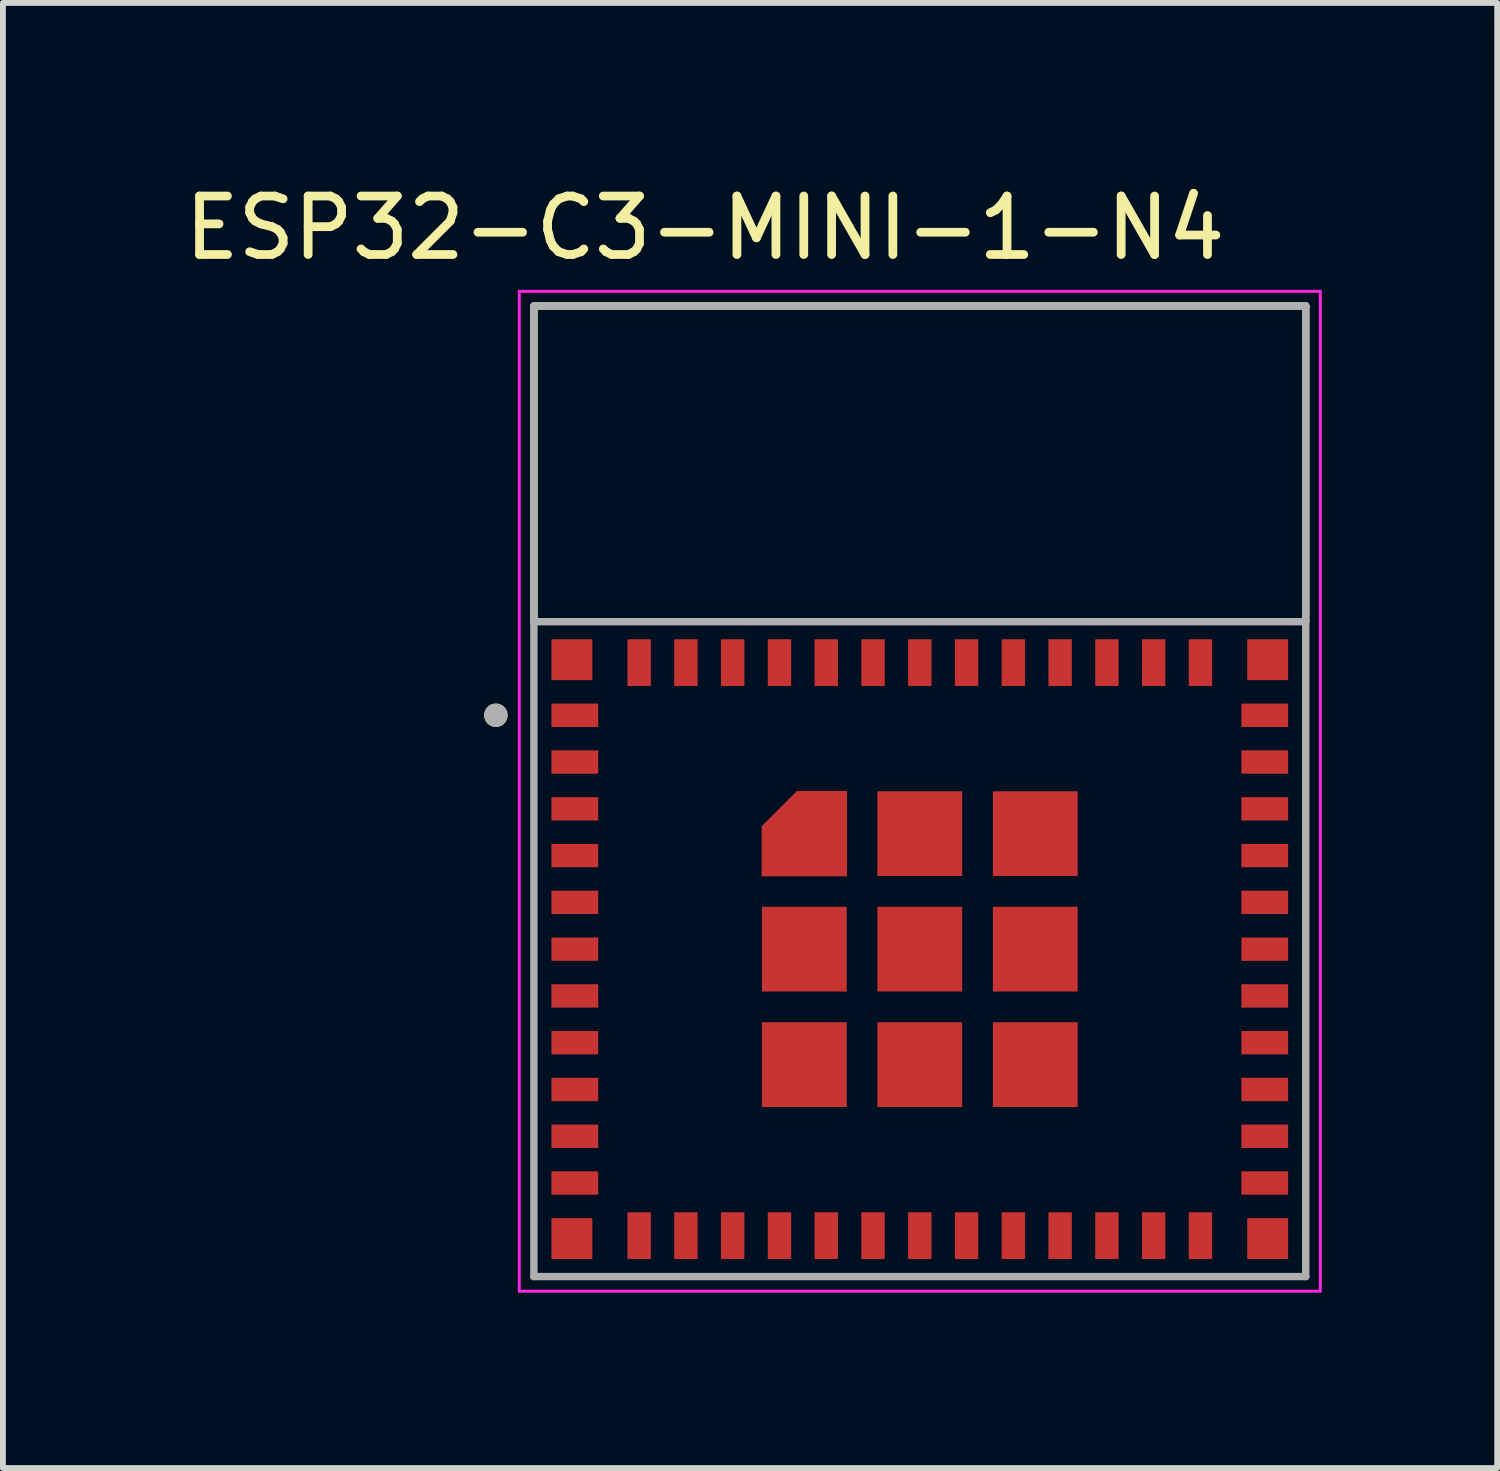
<source format=kicad_pcb>
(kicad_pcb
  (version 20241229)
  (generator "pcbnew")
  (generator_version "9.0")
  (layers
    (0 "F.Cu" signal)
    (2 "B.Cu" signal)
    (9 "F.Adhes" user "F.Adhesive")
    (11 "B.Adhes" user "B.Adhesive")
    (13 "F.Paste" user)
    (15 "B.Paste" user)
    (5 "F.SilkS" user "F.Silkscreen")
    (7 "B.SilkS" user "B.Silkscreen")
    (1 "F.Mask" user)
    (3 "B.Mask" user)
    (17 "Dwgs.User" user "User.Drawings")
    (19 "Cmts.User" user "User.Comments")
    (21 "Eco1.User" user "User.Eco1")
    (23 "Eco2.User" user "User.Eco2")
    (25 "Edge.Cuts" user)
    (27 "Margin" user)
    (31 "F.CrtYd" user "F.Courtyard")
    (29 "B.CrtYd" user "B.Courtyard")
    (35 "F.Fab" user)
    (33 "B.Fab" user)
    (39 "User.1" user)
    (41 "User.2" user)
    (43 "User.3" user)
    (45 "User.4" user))
  (footprint "ESP32-C3-MINI-1-N4"
    (layer "F.Cu")
    (at 12.681 10.483)
    (property "Reference" "ESP32-C3-MINI-1-N4" (at -3.675 -9.635 0) (layer "F.SilkS") (effects (font (size 1 1) (thickness 0.15))))
    (attr smd)
    (fp_poly (pts (xy -1.15 1.55) (xy -2.8 1.55) (xy -2.8 0.56) (xy -2.14 -0.1) (xy -1.15 -0.1)) (stroke (width 0.01) (type solid)) (fill yes) (layer "F.Mask"))
    (fp_line (start -6.6 -8.3) (end 6.6 -8.3) (stroke (width 0.127) (type solid)) (layer "F.SilkS"))
    (fp_line (start -6.6 -2.92) (end -6.6 -8.3) (stroke (width 0.127) (type solid)) (layer "F.SilkS"))
    (fp_line (start 6.6 -8.3) (end 6.6 -2.92) (stroke (width 0.127) (type solid)) (layer "F.SilkS"))
    (fp_circle (center -7.25 -1.3) (end -7.15 -1.3) (stroke (width 0.2) (type solid)) (fill no) (layer "F.SilkS"))
    (fp_poly (pts (xy -1.25 1.45) (xy -2.7 1.45) (xy -2.7 0.6) (xy -2.1 0) (xy -1.25 0)) (stroke (width 0.01) (type solid)) (fill yes) (layer "F.Paste"))
    (fp_line (start -6.85 -8.55) (end -6.85 8.55) (stroke (width 0.05) (type solid)) (layer "F.CrtYd"))
    (fp_line (start -6.85 8.55) (end 6.85 8.55) (stroke (width 0.05) (type solid)) (layer "F.CrtYd"))
    (fp_line (start 6.85 -8.55) (end -6.85 -8.55) (stroke (width 0.05) (type solid)) (layer "F.CrtYd"))
    (fp_line (start 6.85 8.55) (end 6.85 -8.55) (stroke (width 0.05) (type solid)) (layer "F.CrtYd"))
    (fp_line (start -6.6 -8.3) (end 6.6 -8.3) (stroke (width 0.127) (type solid)) (layer "F.Fab"))
    (fp_line (start -6.6 -2.9) (end -6.6 -8.3) (stroke (width 0.127) (type solid)) (layer "F.Fab"))
    (fp_line (start -6.6 -2.9) (end 6.6 -2.9) (stroke (width 0.127) (type solid)) (layer "F.Fab"))
    (fp_line (start -6.6 8.3) (end -6.6 -2.9) (stroke (width 0.127) (type solid)) (layer "F.Fab"))
    (fp_line (start 6.6 -8.3) (end 6.6 -2.9) (stroke (width 0.127) (type solid)) (layer "F.Fab"))
    (fp_line (start 6.6 -2.9) (end 6.6 8.3) (stroke (width 0.127) (type solid)) (layer "F.Fab"))
    (fp_line (start 6.6 8.3) (end -6.6 8.3) (stroke (width 0.127) (type solid)) (layer "F.Fab"))
    (fp_circle (center -7.25 -1.3) (end -7.15 -1.3) (stroke (width 0.2) (type solid)) (fill no) (layer "F.Fab"))
    (pad "1" smd rect (at -5.9 -1.3) (size 0.8 0.4) (layers "F.Cu" "F.Mask" "F.Paste"))
    (pad "2" smd rect (at -5.9 -0.5) (size 0.8 0.4) (layers "F.Cu" "F.Mask" "F.Paste"))
    (pad "3" smd rect (at -5.9 0.3) (size 0.8 0.4) (layers "F.Cu" "F.Mask" "F.Paste"))
    (pad "4" smd rect (at -5.9 1.1) (size 0.8 0.4) (layers "F.Cu" "F.Mask" "F.Paste"))
    (pad "5" smd rect (at -5.9 1.9) (size 0.8 0.4) (layers "F.Cu" "F.Mask" "F.Paste"))
    (pad "6" smd rect (at -5.9 2.7) (size 0.8 0.4) (layers "F.Cu" "F.Mask" "F.Paste"))
    (pad "7" smd rect (at -5.9 3.5) (size 0.8 0.4) (layers "F.Cu" "F.Mask" "F.Paste"))
    (pad "8" smd rect (at -5.9 4.3) (size 0.8 0.4) (layers "F.Cu" "F.Mask" "F.Paste"))
    (pad "9" smd rect (at -5.9 5.1) (size 0.8 0.4) (layers "F.Cu" "F.Mask" "F.Paste"))
    (pad "10" smd rect (at -5.9 5.9) (size 0.8 0.4) (layers "F.Cu" "F.Mask" "F.Paste"))
    (pad "11" smd rect (at -5.9 6.7) (size 0.8 0.4) (layers "F.Cu" "F.Mask" "F.Paste"))
    (pad "12" smd rect (at -4.8 7.6) (size 0.4 0.8) (layers "F.Cu" "F.Mask" "F.Paste"))
    (pad "13" smd rect (at -4 7.6) (size 0.4 0.8) (layers "F.Cu" "F.Mask" "F.Paste"))
    (pad "14" smd rect (at -3.2 7.6) (size 0.4 0.8) (layers "F.Cu" "F.Mask" "F.Paste"))
    (pad "15" smd rect (at -2.4 7.6) (size 0.4 0.8) (layers "F.Cu" "F.Mask" "F.Paste"))
    (pad "16" smd rect (at -1.6 7.6) (size 0.4 0.8) (layers "F.Cu" "F.Mask" "F.Paste"))
    (pad "17" smd rect (at -0.8 7.6) (size 0.4 0.8) (layers "F.Cu" "F.Mask" "F.Paste"))
    (pad "18" smd rect (at 0 7.6) (size 0.4 0.8) (layers "F.Cu" "F.Mask" "F.Paste"))
    (pad "19" smd rect (at 0.8 7.6) (size 0.4 0.8) (layers "F.Cu" "F.Mask" "F.Paste"))
    (pad "20" smd rect (at 1.6 7.6) (size 0.4 0.8) (layers "F.Cu" "F.Mask" "F.Paste"))
    (pad "21" smd rect (at 2.4 7.6) (size 0.4 0.8) (layers "F.Cu" "F.Mask" "F.Paste"))
    (pad "22" smd rect (at 3.2 7.6) (size 0.4 0.8) (layers "F.Cu" "F.Mask" "F.Paste"))
    (pad "23" smd rect (at 4 7.6) (size 0.4 0.8) (layers "F.Cu" "F.Mask" "F.Paste"))
    (pad "24" smd rect (at 4.8 7.6) (size 0.4 0.8) (layers "F.Cu" "F.Mask" "F.Paste"))
    (pad "25" smd rect (at 5.9 6.7) (size 0.8 0.4) (layers "F.Cu" "F.Mask" "F.Paste"))
    (pad "26" smd rect (at 5.9 5.9) (size 0.8 0.4) (layers "F.Cu" "F.Mask" "F.Paste"))
    (pad "27" smd rect (at 5.9 5.1) (size 0.8 0.4) (layers "F.Cu" "F.Mask" "F.Paste"))
    (pad "28" smd rect (at 5.9 4.3) (size 0.8 0.4) (layers "F.Cu" "F.Mask" "F.Paste"))
    (pad "29" smd rect (at 5.9 3.5) (size 0.8 0.4) (layers "F.Cu" "F.Mask" "F.Paste"))
    (pad "30" smd rect (at 5.9 2.7) (size 0.8 0.4) (layers "F.Cu" "F.Mask" "F.Paste"))
    (pad "31" smd rect (at 5.9 1.9) (size 0.8 0.4) (layers "F.Cu" "F.Mask" "F.Paste"))
    (pad "32" smd rect (at 5.9 1.1) (size 0.8 0.4) (layers "F.Cu" "F.Mask" "F.Paste"))
    (pad "33" smd rect (at 5.9 0.3) (size 0.8 0.4) (layers "F.Cu" "F.Mask" "F.Paste"))
    (pad "34" smd rect (at 5.9 -0.5) (size 0.8 0.4) (layers "F.Cu" "F.Mask" "F.Paste"))
    (pad "35" smd rect (at 5.9 -1.3) (size 0.8 0.4) (layers "F.Cu" "F.Mask" "F.Paste"))
    (pad "36" smd rect (at 4.8 -2.2) (size 0.4 0.8) (layers "F.Cu" "F.Mask" "F.Paste"))
    (pad "37" smd rect (at 4 -2.2) (size 0.4 0.8) (layers "F.Cu" "F.Mask" "F.Paste"))
    (pad "38" smd rect (at 3.2 -2.2) (size 0.4 0.8) (layers "F.Cu" "F.Mask" "F.Paste"))
    (pad "39" smd rect (at 2.4 -2.2) (size 0.4 0.8) (layers "F.Cu" "F.Mask" "F.Paste"))
    (pad "40" smd rect (at 1.6 -2.2) (size 0.4 0.8) (layers "F.Cu" "F.Mask" "F.Paste"))
    (pad "41" smd rect (at 0.8 -2.2) (size 0.4 0.8) (layers "F.Cu" "F.Mask" "F.Paste"))
    (pad "42" smd rect (at 0 -2.2) (size 0.4 0.8) (layers "F.Cu" "F.Mask" "F.Paste"))
    (pad "43" smd rect (at -0.8 -2.2) (size 0.4 0.8) (layers "F.Cu" "F.Mask" "F.Paste"))
    (pad "44" smd rect (at -1.6 -2.2) (size 0.4 0.8) (layers "F.Cu" "F.Mask" "F.Paste"))
    (pad "45" smd rect (at -2.4 -2.2) (size 0.4 0.8) (layers "F.Cu" "F.Mask" "F.Paste"))
    (pad "46" smd rect (at -3.2 -2.2) (size 0.4 0.8) (layers "F.Cu" "F.Mask" "F.Paste"))
    (pad "47" smd rect (at -4 -2.2) (size 0.4 0.8) (layers "F.Cu" "F.Mask" "F.Paste"))
    (pad "48" smd rect (at -4.8 -2.2) (size 0.4 0.8) (layers "F.Cu" "F.Mask" "F.Paste"))
    (pad "49_1" smd custom (at -1.975 0.725) (size 0.6 0.6) (layers "F.Cu") (options (anchor rect)) (primitives (gr_poly (pts (xy 0.725 0.725) (xy -0.725 0.725) (xy -0.725 -0.125) (xy -0.125 -0.725) (xy 0.725 -0.725)) (width 0.01) (fill yes))))
    (pad "49_2" smd rect (at 0 0.725) (size 1.45 1.45) (layers "F.Cu" "F.Mask" "F.Paste"))
    (pad "49_3" smd rect (at 1.975 0.725) (size 1.45 1.45) (layers "F.Cu" "F.Mask" "F.Paste"))
    (pad "49_4" smd rect (at 1.975 2.7) (size 1.45 1.45) (layers "F.Cu" "F.Mask" "F.Paste"))
    (pad "49_5" smd rect (at 1.975 4.675) (size 1.45 1.45) (layers "F.Cu" "F.Mask" "F.Paste"))
    (pad "49_6" smd rect (at 0 4.675) (size 1.45 1.45) (layers "F.Cu" "F.Mask" "F.Paste"))
    (pad "49_7" smd rect (at -1.975 4.675) (size 1.45 1.45) (layers "F.Cu" "F.Mask" "F.Paste"))
    (pad "49_8" smd rect (at -1.975 2.7) (size 1.45 1.45) (layers "F.Cu" "F.Mask" "F.Paste"))
    (pad "49_9" smd rect (at 0 2.7) (size 1.45 1.45) (layers "F.Cu" "F.Mask" "F.Paste"))
    (pad "50" smd rect (at 5.95 -2.25) (size 0.7 0.7) (layers "F.Cu" "F.Mask" "F.Paste"))
    (pad "51" smd rect (at 5.95 7.65) (size 0.7 0.7) (layers "F.Cu" "F.Mask" "F.Paste"))
    (pad "52" smd rect (at -5.95 7.65) (size 0.7 0.7) (layers "F.Cu" "F.Mask" "F.Paste"))
    (pad "53" smd rect (at -5.95 -2.25) (size 0.7 0.7) (layers "F.Cu" "F.Mask" "F.Paste"))
    (zone (net_name "") (layer "F.Cu") (hatch full 0.508) (connect_pads) (min_thickness 0.01) (filled_areas_thickness no) (keepout (tracks not_allowed) (vias not_allowed) (pads not_allowed) (copperpour not_allowed) (footprints allowed)) (placement (enabled no)) (fill) (polygon (pts (xy 6.081 2.183) (xy 19.281 2.183) (xy 19.281 7.583) (xy 6.081 7.583))))
    (zone (net_name "") (layers "F.Cu" "B.Cu") (hatch full 0.508) (connect_pads) (min_thickness 0.01) (filled_areas_thickness no) (keepout (tracks allowed) (vias not_allowed) (pads allowed) (copperpour allowed) (footprints allowed)) (placement (enabled no)) (fill) (polygon (pts (xy 6.081 2.183) (xy 19.281 2.183) (xy 19.281 7.583) (xy 6.081 7.583))))
    (zone (net_name "") (layer "B.Cu") (hatch full 0.508) (connect_pads) (min_thickness 0.01) (filled_areas_thickness no) (keepout (tracks not_allowed) (vias not_allowed) (pads not_allowed) (copperpour not_allowed) (footprints allowed)) (placement (enabled no)) (fill) (polygon (pts (xy 6.081 2.183) (xy 19.281 2.183) (xy 19.281 7.583) (xy 6.081 7.583)))))
  (gr_rect
    (start -3 -3)
    (end 22.556 22.058)
    (stroke (width 0.1) (type default))
    (fill no)
    (layer "Edge.Cuts")))
</source>
